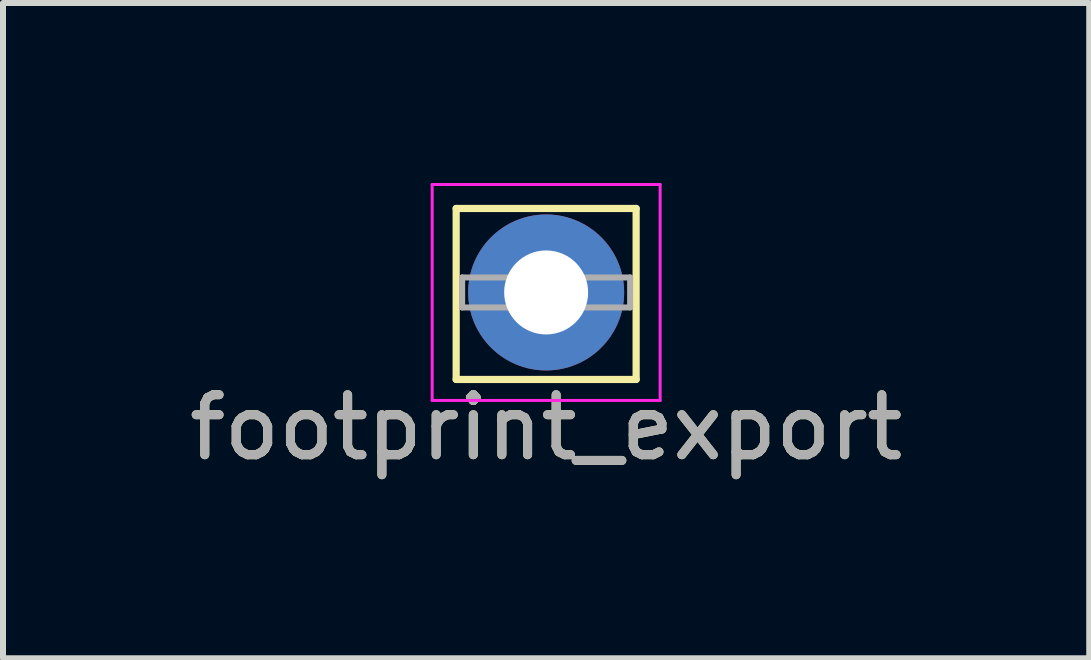
<source format=kicad_pcb>
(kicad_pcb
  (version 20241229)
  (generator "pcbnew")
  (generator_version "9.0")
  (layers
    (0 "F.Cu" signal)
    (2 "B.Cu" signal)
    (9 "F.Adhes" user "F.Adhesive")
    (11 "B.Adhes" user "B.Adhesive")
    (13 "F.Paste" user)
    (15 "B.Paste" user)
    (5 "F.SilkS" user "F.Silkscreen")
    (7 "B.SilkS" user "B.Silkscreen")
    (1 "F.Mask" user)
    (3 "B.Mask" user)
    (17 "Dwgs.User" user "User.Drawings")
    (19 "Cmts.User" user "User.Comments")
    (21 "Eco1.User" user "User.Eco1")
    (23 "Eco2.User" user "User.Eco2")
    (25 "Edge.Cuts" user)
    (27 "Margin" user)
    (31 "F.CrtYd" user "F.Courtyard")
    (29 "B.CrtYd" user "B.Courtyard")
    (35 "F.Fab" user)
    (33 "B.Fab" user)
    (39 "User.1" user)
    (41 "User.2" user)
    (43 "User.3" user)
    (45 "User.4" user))
  (footprint "footprint_export"
    (layer "F.Cu")
    (at 6.054 1.825)
    (property "Reference" "footprint_export" (at 0 2.25 0) (layer "F.SilkS") (effects (font (size 1 1) (thickness 0.15))))
    (attr through_hole)
    (fp_line (start -1.5 -1.4) (end -1.5 1.45) (stroke (width 0.12) (type solid)) (layer "F.SilkS"))
    (fp_line (start -1.5 -1.4) (end 1.5 -1.4) (stroke (width 0.12) (type solid)) (layer "F.SilkS"))
    (fp_line (start -1.5 1.45) (end 1.5 1.45) (stroke (width 0.12) (type solid)) (layer "F.SilkS"))
    (fp_line (start 1.5 -1.4) (end 1.5 1.45) (stroke (width 0.12) (type solid)) (layer "F.SilkS"))
    (fp_line (start -1.9 -1.8) (end -1.9 1.8) (stroke (width 0.05) (type solid)) (layer "F.CrtYd"))
    (fp_line (start -1.9 -1.8) (end 1.9 -1.8) (stroke (width 0.05) (type solid)) (layer "F.CrtYd"))
    (fp_line (start 1.9 1.8) (end -1.9 1.8) (stroke (width 0.05) (type solid)) (layer "F.CrtYd"))
    (fp_line (start 1.9 1.8) (end 1.9 -1.8) (stroke (width 0.05) (type solid)) (layer "F.CrtYd"))
    (fp_line (start -1.4 -0.25) (end 1.4 -0.25) (stroke (width 0.1) (type solid)) (layer "F.Fab"))
    (fp_line (start -1.4 0.25) (end -1.4 -0.25) (stroke (width 0.1) (type solid)) (layer "F.Fab"))
    (fp_line (start 1.4 -0.25) (end 1.4 0.25) (stroke (width 0.1) (type solid)) (layer "F.Fab"))
    (fp_line (start 1.4 0.25) (end -1.4 0.25) (stroke (width 0.1) (type solid)) (layer "F.Fab"))
    (fp_text user "${REFERENCE}" (at 0 2.25 0) (layer "F.Fab") (effects (font (size 1 1) (thickness 0.15))))
    (pad "1" thru_hole circle (at 0 0) (size 2.6 2.6) (drill 1.4) (layers "*.Cu" "*.Mask")))
  (gr_rect
    (start -3 -3)
    (end 15.107 7.923)
    (stroke (width 0.1) (type default))
    (fill no)
    (layer "Edge.Cuts")))
</source>
